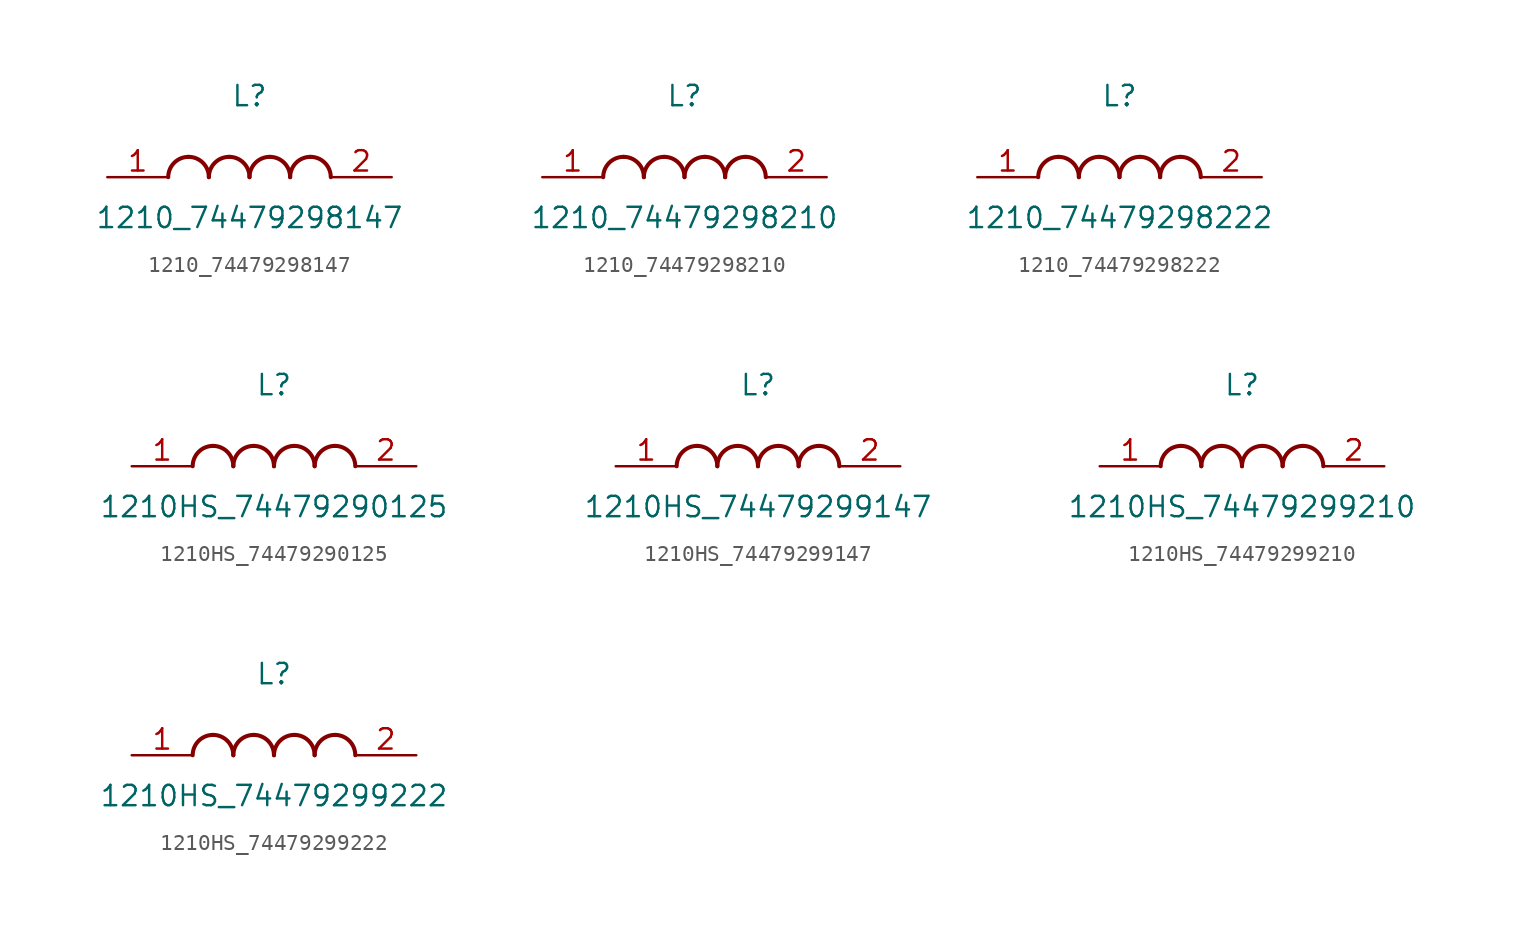
<source format=kicad_sym>
(kicad_symbol_lib
  (version 20211014)
  (generator kicad_symbol_editor)
  (symbol "Inductor_Wurth_WE-PMCI:1210_74479298147"
    (pin_names hide)
    (property "Reference" "L"
      (at 0 5.08 0)
      (effects (font (size 1.27 1.27))))
    (property "Value" "1210_74479298147"
      (at 0 -2.54 0)
      (effects (font (size 1.27 1.27))))
    (symbol "1210_74479298147_0_1"
      (arc (start -3.81 1.27) (mid -4.708 0.898) (end -5.08 0) (stroke (width 0.254) (type default) (color 0 0 0 0)) (fill (type none)))
      (arc (start -2.54 0) (mid -2.912 0.898) (end -3.81 1.27) (stroke (width 0.254) (type default) (color 0 0 0 0)) (fill (type none)))
      (arc (start -1.2699 1.2701) (mid -2.1679 0.8981) (end -2.5399 0.0001) (stroke (width 0.254) (type default) (color 0 0 0 0)) (fill (type none)))
      (arc (start 0.0001 0.0001) (mid -0.3719 0.8981) (end -1.2699 1.2701) (stroke (width 0.254) (type default) (color 0 0 0 0)) (fill (type none)))
      (arc (start 1.2701 1.2701) (mid 0.3721 0.8981) (end 0.0001 0.0001) (stroke (width 0.254) (type default) (color 0 0 0 0)) (fill (type none)))
      (arc (start 2.5401 0.0001) (mid 2.1681 0.8981) (end 1.2701 1.2701) (stroke (width 0.254) (type default) (color 0 0 0 0)) (fill (type none)))
      (arc (start 3.8101 1.2701) (mid 2.9121 0.8981) (end 2.5401 0.0001) (stroke (width 0.254) (type default) (color 0 0 0 0)) (fill (type none)))
      (arc (start 5.0801 0.0001) (mid 4.7081 0.8981) (end 3.8101 1.2701) (stroke (width 0.254) (type default) (color 0 0 0 0)) (fill (type none))))
    (symbol "1210_74479298147_1_1"
      (pin passive line (at -8.89 0 0) (length 3.81) (name "1" (effects (font (size 1.27 1.27)))) (number "1" (effects (font (size 1.27 1.27)))))
      (pin passive line (at 8.89 0 180) (length 3.81) (name "2" (effects (font (size 1.27 1.27)))) (number "2" (effects (font (size 1.27 1.27)))))))
  (symbol "Inductor_Wurth_WE-PMCI:1210_74479298210"
    (pin_names hide)
    (property "Reference" "L"
      (at 0 5.08 0)
      (effects (font (size 1.27 1.27))))
    (property "Value" "1210_74479298210"
      (at 0 -2.54 0)
      (effects (font (size 1.27 1.27))))
    (symbol "1210_74479298210_0_1"
      (arc (start -3.81 1.27) (mid -4.708 0.898) (end -5.08 0) (stroke (width 0.254) (type default) (color 0 0 0 0)) (fill (type none)))
      (arc (start -2.54 0) (mid -2.912 0.898) (end -3.81 1.27) (stroke (width 0.254) (type default) (color 0 0 0 0)) (fill (type none)))
      (arc (start -1.2699 1.2701) (mid -2.1679 0.8981) (end -2.5399 0.0001) (stroke (width 0.254) (type default) (color 0 0 0 0)) (fill (type none)))
      (arc (start 0.0001 0.0001) (mid -0.3719 0.8981) (end -1.2699 1.2701) (stroke (width 0.254) (type default) (color 0 0 0 0)) (fill (type none)))
      (arc (start 1.2701 1.2701) (mid 0.3721 0.8981) (end 0.0001 0.0001) (stroke (width 0.254) (type default) (color 0 0 0 0)) (fill (type none)))
      (arc (start 2.5401 0.0001) (mid 2.1681 0.8981) (end 1.2701 1.2701) (stroke (width 0.254) (type default) (color 0 0 0 0)) (fill (type none)))
      (arc (start 3.8101 1.2701) (mid 2.9121 0.8981) (end 2.5401 0.0001) (stroke (width 0.254) (type default) (color 0 0 0 0)) (fill (type none)))
      (arc (start 5.0801 0.0001) (mid 4.7081 0.8981) (end 3.8101 1.2701) (stroke (width 0.254) (type default) (color 0 0 0 0)) (fill (type none))))
    (symbol "1210_74479298210_1_1"
      (pin passive line (at -8.89 0 0) (length 3.81) (name "1" (effects (font (size 1.27 1.27)))) (number "1" (effects (font (size 1.27 1.27)))))
      (pin passive line (at 8.89 0 180) (length 3.81) (name "2" (effects (font (size 1.27 1.27)))) (number "2" (effects (font (size 1.27 1.27)))))))
  (symbol "Inductor_Wurth_WE-PMCI:1210_74479298222"
    (pin_names hide)
    (property "Reference" "L"
      (at 0 5.08 0)
      (effects (font (size 1.27 1.27))))
    (property "Value" "1210_74479298222"
      (at 0 -2.54 0)
      (effects (font (size 1.27 1.27))))
    (symbol "1210_74479298222_0_1"
      (arc (start -3.81 1.27) (mid -4.708 0.898) (end -5.08 0) (stroke (width 0.254) (type default) (color 0 0 0 0)) (fill (type none)))
      (arc (start -2.54 0) (mid -2.912 0.898) (end -3.81 1.27) (stroke (width 0.254) (type default) (color 0 0 0 0)) (fill (type none)))
      (arc (start -1.2699 1.2701) (mid -2.1679 0.8981) (end -2.5399 0.0001) (stroke (width 0.254) (type default) (color 0 0 0 0)) (fill (type none)))
      (arc (start 0.0001 0.0001) (mid -0.3719 0.8981) (end -1.2699 1.2701) (stroke (width 0.254) (type default) (color 0 0 0 0)) (fill (type none)))
      (arc (start 1.2701 1.2701) (mid 0.3721 0.8981) (end 0.0001 0.0001) (stroke (width 0.254) (type default) (color 0 0 0 0)) (fill (type none)))
      (arc (start 2.5401 0.0001) (mid 2.1681 0.8981) (end 1.2701 1.2701) (stroke (width 0.254) (type default) (color 0 0 0 0)) (fill (type none)))
      (arc (start 3.8101 1.2701) (mid 2.9121 0.8981) (end 2.5401 0.0001) (stroke (width 0.254) (type default) (color 0 0 0 0)) (fill (type none)))
      (arc (start 5.0801 0.0001) (mid 4.7081 0.8981) (end 3.8101 1.2701) (stroke (width 0.254) (type default) (color 0 0 0 0)) (fill (type none))))
    (symbol "1210_74479298222_1_1"
      (pin passive line (at -8.89 0 0) (length 3.81) (name "1" (effects (font (size 1.27 1.27)))) (number "1" (effects (font (size 1.27 1.27)))))
      (pin passive line (at 8.89 0 180) (length 3.81) (name "2" (effects (font (size 1.27 1.27)))) (number "2" (effects (font (size 1.27 1.27)))))))
  (symbol "Inductor_Wurth_WE-PMCI:1210HS_74479290125"
    (pin_names hide)
    (property "Reference" "L"
      (at 0 5.08 0)
      (effects (font (size 1.27 1.27))))
    (property "Value" "1210HS_74479290125"
      (at 0 -2.54 0)
      (effects (font (size 1.27 1.27))))
    (symbol "1210HS_74479290125_0_1"
      (arc (start -3.81 1.27) (mid -4.708 0.898) (end -5.08 0) (stroke (width 0.254) (type default) (color 0 0 0 0)) (fill (type none)))
      (arc (start -2.54 0) (mid -2.912 0.898) (end -3.81 1.27) (stroke (width 0.254) (type default) (color 0 0 0 0)) (fill (type none)))
      (arc (start -1.2699 1.2701) (mid -2.1679 0.8981) (end -2.5399 0.0001) (stroke (width 0.254) (type default) (color 0 0 0 0)) (fill (type none)))
      (arc (start 0.0001 0.0001) (mid -0.3719 0.8981) (end -1.2699 1.2701) (stroke (width 0.254) (type default) (color 0 0 0 0)) (fill (type none)))
      (arc (start 1.2701 1.2701) (mid 0.3721 0.8981) (end 0.0001 0.0001) (stroke (width 0.254) (type default) (color 0 0 0 0)) (fill (type none)))
      (arc (start 2.5401 0.0001) (mid 2.1681 0.8981) (end 1.2701 1.2701) (stroke (width 0.254) (type default) (color 0 0 0 0)) (fill (type none)))
      (arc (start 3.8101 1.2701) (mid 2.9121 0.8981) (end 2.5401 0.0001) (stroke (width 0.254) (type default) (color 0 0 0 0)) (fill (type none)))
      (arc (start 5.0801 0.0001) (mid 4.7081 0.8981) (end 3.8101 1.2701) (stroke (width 0.254) (type default) (color 0 0 0 0)) (fill (type none))))
    (symbol "1210HS_74479290125_1_1"
      (pin passive line (at -8.89 0 0) (length 3.81) (name "1" (effects (font (size 1.27 1.27)))) (number "1" (effects (font (size 1.27 1.27)))))
      (pin passive line (at 8.89 0 180) (length 3.81) (name "2" (effects (font (size 1.27 1.27)))) (number "2" (effects (font (size 1.27 1.27)))))))
  (symbol "Inductor_Wurth_WE-PMCI:1210HS_74479299147"
    (pin_names hide)
    (property "Reference" "L"
      (at 0 5.08 0)
      (effects (font (size 1.27 1.27))))
    (property "Value" "1210HS_74479299147"
      (at 0 -2.54 0)
      (effects (font (size 1.27 1.27))))
    (symbol "1210HS_74479299147_0_1"
      (arc (start -3.81 1.27) (mid -4.708 0.898) (end -5.08 0) (stroke (width 0.254) (type default) (color 0 0 0 0)) (fill (type none)))
      (arc (start -2.54 0) (mid -2.912 0.898) (end -3.81 1.27) (stroke (width 0.254) (type default) (color 0 0 0 0)) (fill (type none)))
      (arc (start -1.2699 1.2701) (mid -2.1679 0.8981) (end -2.5399 0.0001) (stroke (width 0.254) (type default) (color 0 0 0 0)) (fill (type none)))
      (arc (start 0.0001 0.0001) (mid -0.3719 0.8981) (end -1.2699 1.2701) (stroke (width 0.254) (type default) (color 0 0 0 0)) (fill (type none)))
      (arc (start 1.2701 1.2701) (mid 0.3721 0.8981) (end 0.0001 0.0001) (stroke (width 0.254) (type default) (color 0 0 0 0)) (fill (type none)))
      (arc (start 2.5401 0.0001) (mid 2.1681 0.8981) (end 1.2701 1.2701) (stroke (width 0.254) (type default) (color 0 0 0 0)) (fill (type none)))
      (arc (start 3.8101 1.2701) (mid 2.9121 0.8981) (end 2.5401 0.0001) (stroke (width 0.254) (type default) (color 0 0 0 0)) (fill (type none)))
      (arc (start 5.0801 0.0001) (mid 4.7081 0.8981) (end 3.8101 1.2701) (stroke (width 0.254) (type default) (color 0 0 0 0)) (fill (type none))))
    (symbol "1210HS_74479299147_1_1"
      (pin passive line (at -8.89 0 0) (length 3.81) (name "1" (effects (font (size 1.27 1.27)))) (number "1" (effects (font (size 1.27 1.27)))))
      (pin passive line (at 8.89 0 180) (length 3.81) (name "2" (effects (font (size 1.27 1.27)))) (number "2" (effects (font (size 1.27 1.27)))))))
  (symbol "Inductor_Wurth_WE-PMCI:1210HS_74479299210"
    (pin_names hide)
    (property "Reference" "L"
      (at 0 5.08 0)
      (effects (font (size 1.27 1.27))))
    (property "Value" "1210HS_74479299210"
      (at 0 -2.54 0)
      (effects (font (size 1.27 1.27))))
    (symbol "1210HS_74479299210_0_1"
      (arc (start -3.81 1.27) (mid -4.708 0.898) (end -5.08 0) (stroke (width 0.254) (type default) (color 0 0 0 0)) (fill (type none)))
      (arc (start -2.54 0) (mid -2.912 0.898) (end -3.81 1.27) (stroke (width 0.254) (type default) (color 0 0 0 0)) (fill (type none)))
      (arc (start -1.2699 1.2701) (mid -2.1679 0.8981) (end -2.5399 0.0001) (stroke (width 0.254) (type default) (color 0 0 0 0)) (fill (type none)))
      (arc (start 0.0001 0.0001) (mid -0.3719 0.8981) (end -1.2699 1.2701) (stroke (width 0.254) (type default) (color 0 0 0 0)) (fill (type none)))
      (arc (start 1.2701 1.2701) (mid 0.3721 0.8981) (end 0.0001 0.0001) (stroke (width 0.254) (type default) (color 0 0 0 0)) (fill (type none)))
      (arc (start 2.5401 0.0001) (mid 2.1681 0.8981) (end 1.2701 1.2701) (stroke (width 0.254) (type default) (color 0 0 0 0)) (fill (type none)))
      (arc (start 3.8101 1.2701) (mid 2.9121 0.8981) (end 2.5401 0.0001) (stroke (width 0.254) (type default) (color 0 0 0 0)) (fill (type none)))
      (arc (start 5.0801 0.0001) (mid 4.7081 0.8981) (end 3.8101 1.2701) (stroke (width 0.254) (type default) (color 0 0 0 0)) (fill (type none))))
    (symbol "1210HS_74479299210_1_1"
      (pin passive line (at -8.89 0 0) (length 3.81) (name "1" (effects (font (size 1.27 1.27)))) (number "1" (effects (font (size 1.27 1.27)))))
      (pin passive line (at 8.89 0 180) (length 3.81) (name "2" (effects (font (size 1.27 1.27)))) (number "2" (effects (font (size 1.27 1.27)))))))
  (symbol "Inductor_Wurth_WE-PMCI:1210HS_74479299222"
    (pin_names hide)
    (property "Reference" "L"
      (at 0 5.08 0)
      (effects (font (size 1.27 1.27))))
    (property "Value" "1210HS_74479299222"
      (at 0 -2.54 0)
      (effects (font (size 1.27 1.27))))
    (symbol "1210HS_74479299222_0_1"
      (arc (start -3.81 1.27) (mid -4.708 0.898) (end -5.08 0) (stroke (width 0.254) (type default) (color 0 0 0 0)) (fill (type none)))
      (arc (start -2.54 0) (mid -2.912 0.898) (end -3.81 1.27) (stroke (width 0.254) (type default) (color 0 0 0 0)) (fill (type none)))
      (arc (start -1.2699 1.2701) (mid -2.1679 0.8981) (end -2.5399 0.0001) (stroke (width 0.254) (type default) (color 0 0 0 0)) (fill (type none)))
      (arc (start 0.0001 0.0001) (mid -0.3719 0.8981) (end -1.2699 1.2701) (stroke (width 0.254) (type default) (color 0 0 0 0)) (fill (type none)))
      (arc (start 1.2701 1.2701) (mid 0.3721 0.8981) (end 0.0001 0.0001) (stroke (width 0.254) (type default) (color 0 0 0 0)) (fill (type none)))
      (arc (start 2.5401 0.0001) (mid 2.1681 0.8981) (end 1.2701 1.2701) (stroke (width 0.254) (type default) (color 0 0 0 0)) (fill (type none)))
      (arc (start 3.8101 1.2701) (mid 2.9121 0.8981) (end 2.5401 0.0001) (stroke (width 0.254) (type default) (color 0 0 0 0)) (fill (type none)))
      (arc (start 5.0801 0.0001) (mid 4.7081 0.8981) (end 3.8101 1.2701) (stroke (width 0.254) (type default) (color 0 0 0 0)) (fill (type none))))
    (symbol "1210HS_74479299222_1_1"
      (pin passive line (at -8.89 0 0) (length 3.81) (name "1" (effects (font (size 1.27 1.27)))) (number "1" (effects (font (size 1.27 1.27)))))
      (pin passive line (at 8.89 0 180) (length 3.81) (name "2" (effects (font (size 1.27 1.27)))) (number "2" (effects (font (size 1.27 1.27))))))))
</source>
